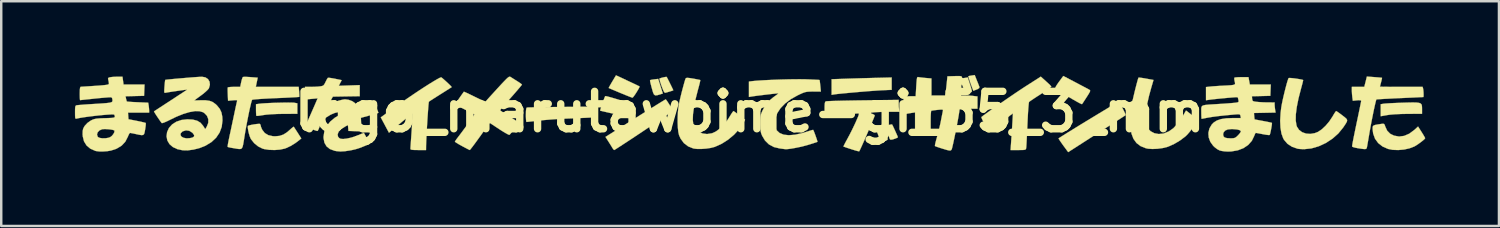
<source format=kicad_pcb>
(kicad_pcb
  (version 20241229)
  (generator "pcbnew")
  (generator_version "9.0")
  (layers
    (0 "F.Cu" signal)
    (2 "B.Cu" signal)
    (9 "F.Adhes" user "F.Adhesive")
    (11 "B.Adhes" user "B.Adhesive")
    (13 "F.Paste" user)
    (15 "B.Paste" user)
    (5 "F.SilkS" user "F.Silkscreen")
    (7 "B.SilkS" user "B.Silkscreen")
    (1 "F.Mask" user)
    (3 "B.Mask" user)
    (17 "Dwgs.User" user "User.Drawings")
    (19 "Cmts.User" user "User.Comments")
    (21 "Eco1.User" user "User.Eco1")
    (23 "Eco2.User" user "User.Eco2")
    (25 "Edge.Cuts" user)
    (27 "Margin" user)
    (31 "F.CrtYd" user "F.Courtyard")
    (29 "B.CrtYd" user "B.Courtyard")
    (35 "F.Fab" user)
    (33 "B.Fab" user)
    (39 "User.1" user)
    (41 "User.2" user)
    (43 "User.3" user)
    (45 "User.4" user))
  (footprint "logo_marutawoime-gi_55_3_mm"
    (layer "F.Cu")
    (at 27.469 1.502)
    (property "Reference" "logo_marutawoime-gi_55_3_mm" (at 0 0 0) (layer "F.SilkS") (effects (font (size 1.524 1.524) (thickness 0.3))))
    (attr through_hole)
    (fp_poly (pts (xy -3.631 -1.044) (xy -3.536 -0.746) (xy -3.649 -0.709) (xy -3.771 -0.674) (xy -3.849 -0.671) (xy -3.898 -0.707) (xy -3.934 -0.787) (xy -3.948 -0.833) (xy -4.001 -1.021) (xy -4.035 -1.155) (xy -4.054 -1.24) (xy -4.057 -1.283) (xy -4.055 -1.29) (xy -4.018 -1.301) (xy -3.939 -1.315) (xy -3.883 -1.322) (xy -3.725 -1.341) (xy -3.631 -1.044)) (stroke (width 0.01) (type solid)) (fill yes) (layer "F.SilkS"))
    (fp_poly (pts (xy 5.523 0.832) (xy 5.567 0.951) (xy 5.601 1.047) (xy 5.618 1.106) (xy 5.62 1.115) (xy 5.6 1.144) (xy 5.534 1.176) (xy 5.413 1.218) (xy 5.41 1.219) (xy 5.376 1.223) (xy 5.347 1.204) (xy 5.315 1.152) (xy 5.273 1.056) (xy 5.239 0.968) (xy 5.195 0.847) (xy 5.166 0.749) (xy 5.154 0.687) (xy 5.157 0.675) (xy 5.2 0.652) (xy 5.278 0.623) (xy 5.303 0.615) (xy 5.427 0.579) (xy 5.523 0.832)) (stroke (width 0.01) (type solid)) (fill yes) (layer "F.SilkS"))
    (fp_poly (pts (xy 5.779 -0.895) (xy 5.374 -0.877) (xy 5.234 -0.869) (xy 5.054 -0.856) (xy 4.843 -0.841) (xy 4.613 -0.822) (xy 4.375 -0.802) (xy 4.141 -0.781) (xy 3.922 -0.761) (xy 3.728 -0.742) (xy 3.571 -0.726) (xy 3.462 -0.712) (xy 3.437 -0.708) (xy 3.334 -0.691) (xy 3.334 -1.327) (xy 3.85 -1.345) (xy 4.048 -1.352) (xy 4.289 -1.359) (xy 4.553 -1.367) (xy 4.819 -1.374) (xy 5.068 -1.381) (xy 5.072 -1.381) (xy 5.779 -1.398) (xy 5.779 -0.895)) (stroke (width 0.01) (type solid)) (fill yes) (layer "F.SilkS"))
    (fp_poly (pts (xy 9.246 -1.28) (xy 9.292 -1.166) (xy 9.329 -1.071) (xy 9.351 -1.014) (xy 9.351 -1.012) (xy 9.346 -0.971) (xy 9.291 -0.931) (xy 9.24 -0.909) (xy 9.161 -0.878) (xy 9.111 -0.859) (xy 9.104 -0.857) (xy 9.091 -0.885) (xy 9.062 -0.96) (xy 9.022 -1.069) (xy 8.993 -1.148) (xy 8.95 -1.273) (xy 8.918 -1.373) (xy 8.901 -1.435) (xy 8.899 -1.448) (xy 8.933 -1.459) (xy 9.007 -1.473) (xy 9.034 -1.477) (xy 9.16 -1.497) (xy 9.246 -1.28)) (stroke (width 0.01) (type solid)) (fill yes) (layer "F.SilkS"))
    (fp_poly (pts (xy 27.147 -0.377) (xy 27.245 -0.365) (xy 27.309 -0.341) (xy 27.346 -0.304) (xy 27.363 -0.251) (xy 27.368 -0.18) (xy 27.369 -0.117) (xy 27.369 0.08) (xy 26.789 0.083) (xy 26.517 0.088) (xy 26.275 0.099) (xy 26.074 0.115) (xy 25.948 0.133) (xy 25.686 0.18) (xy 25.686 -0.309) (xy 25.805 -0.33) (xy 25.873 -0.337) (xy 25.992 -0.345) (xy 26.152 -0.354) (xy 26.339 -0.362) (xy 26.543 -0.37) (xy 26.576 -0.371) (xy 26.82 -0.378) (xy 27.008 -0.381) (xy 27.147 -0.377)) (stroke (width 0.01) (type solid)) (fill yes) (layer "F.SilkS"))
    (fp_poly (pts (xy -3.381 -1.422) (xy -3.363 -1.39) (xy -3.325 -1.317) (xy -3.276 -1.219) (xy -3.222 -1.111) (xy -3.172 -1.009) (xy -3.133 -0.928) (xy -3.113 -0.883) (xy -3.111 -0.879) (xy -3.121 -0.87) (xy -3.158 -0.857) (xy -3.23 -0.834) (xy -3.349 -0.799) (xy -3.433 -0.775) (xy -3.463 -0.781) (xy -3.495 -0.823) (xy -3.535 -0.91) (xy -3.588 -1.048) (xy -3.631 -1.173) (xy -3.661 -1.274) (xy -3.675 -1.339) (xy -3.674 -1.353) (xy -3.636 -1.37) (xy -3.564 -1.391) (xy -3.481 -1.41) (xy -3.412 -1.422) (xy -3.381 -1.422)) (stroke (width 0.01) (type solid)) (fill yes) (layer "F.SilkS"))
    (fp_poly (pts (xy 5.796 0.515) (xy 5.815 0.548) (xy 5.85 0.622) (xy 5.896 0.721) (xy 5.945 0.829) (xy 5.989 0.927) (xy 6.021 1.002) (xy 6.032 1.034) (xy 6.005 1.056) (xy 5.935 1.086) (xy 5.842 1.117) (xy 5.793 1.13) (xy 5.723 1.131) (xy 5.7 1.107) (xy 5.683 1.057) (xy 5.65 0.966) (xy 5.61 0.853) (xy 5.605 0.838) (xy 5.566 0.727) (xy 5.538 0.641) (xy 5.525 0.595) (xy 5.524 0.593) (xy 5.552 0.574) (xy 5.617 0.551) (xy 5.695 0.528) (xy 5.764 0.514) (xy 5.796 0.515)) (stroke (width 0.01) (type solid)) (fill yes) (layer "F.SilkS"))
    (fp_poly (pts (xy -18.657 -0.376) (xy -18.56 -0.372) (xy -18.533 -0.368) (xy -18.415 -0.346) (xy -18.415 0.081) (xy -18.979 0.083) (xy -19.24 0.088) (xy -19.477 0.099) (xy -19.675 0.115) (xy -19.804 0.133) (xy -19.926 0.152) (xy -20.021 0.164) (xy -20.076 0.166) (xy -20.082 0.164) (xy -20.09 0.127) (xy -20.095 0.043) (xy -20.098 -0.069) (xy -20.098 -0.08) (xy -20.098 -0.309) (xy -19.963 -0.329) (xy -19.866 -0.339) (xy -19.724 -0.349) (xy -19.551 -0.358) (xy -19.36 -0.366) (xy -19.162 -0.371) (xy -18.97 -0.375) (xy -18.797 -0.377) (xy -18.657 -0.376)) (stroke (width 0.01) (type solid)) (fill yes) (layer "F.SilkS"))
    (fp_poly (pts (xy -4.968 -1.264) (xy -4.809 -1.19) (xy -4.671 -1.125) (xy -4.565 -1.074) (xy -4.5 -1.042) (xy -4.484 -1.033) (xy -4.491 -1.001) (xy -4.526 -0.932) (xy -4.579 -0.842) (xy -4.639 -0.746) (xy -4.698 -0.66) (xy -4.746 -0.597) (xy -4.773 -0.575) (xy -4.814 -0.588) (xy -4.902 -0.621) (xy -5.027 -0.671) (xy -5.177 -0.732) (xy -5.271 -0.771) (xy -5.428 -0.837) (xy -5.564 -0.894) (xy -5.667 -0.938) (xy -5.728 -0.964) (xy -5.74 -0.97) (xy -5.729 -0.998) (xy -5.691 -1.068) (xy -5.634 -1.167) (xy -5.596 -1.231) (xy -5.443 -1.486) (xy -4.968 -1.264)) (stroke (width 0.01) (type solid)) (fill yes) (layer "F.SilkS"))
    (fp_poly (pts (xy 13.264 -1.198) (xy 13.43 -1.11) (xy 13.58 -1.031) (xy 13.704 -0.966) (xy 13.79 -0.92) (xy 13.825 -0.9) (xy 13.851 -0.88) (xy 13.859 -0.854) (xy 13.844 -0.809) (xy 13.803 -0.736) (xy 13.732 -0.623) (xy 13.716 -0.599) (xy 13.642 -0.484) (xy 13.58 -0.389) (xy 13.539 -0.328) (xy 13.527 -0.312) (xy 13.496 -0.321) (xy 13.419 -0.358) (xy 13.306 -0.42) (xy 13.164 -0.5) (xy 13.002 -0.596) (xy 12.99 -0.603) (xy 12.826 -0.702) (xy 12.68 -0.792) (xy 12.561 -0.866) (xy 12.478 -0.919) (xy 12.44 -0.946) (xy 12.439 -0.946) (xy 12.442 -0.988) (xy 12.486 -1.072) (xy 12.571 -1.197) (xy 12.587 -1.218) (xy 12.765 -1.459) (xy 13.264 -1.198)) (stroke (width 0.01) (type solid)) (fill yes) (layer "F.SilkS"))
    (fp_poly (pts (xy -6.255 0.217) (xy -6.517 0.235) (xy -6.635 0.241) (xy -6.801 0.249) (xy -6.998 0.258) (xy -7.21 0.266) (xy -7.382 0.272) (xy -7.624 0.282) (xy -7.893 0.298) (xy -8.164 0.318) (xy -8.412 0.34) (xy -8.525 0.352) (xy -8.704 0.372) (xy -8.86 0.389) (xy -8.984 0.402) (xy -9.064 0.411) (xy -9.088 0.413) (xy -9.099 0.383) (xy -9.107 0.305) (xy -9.112 0.191) (xy -9.112 0.126) (xy -9.109 -0.028) (xy -9.098 -0.125) (xy -9.079 -0.17) (xy -9.073 -0.173) (xy -9.033 -0.176) (xy -8.937 -0.18) (xy -8.791 -0.183) (xy -8.602 -0.187) (xy -8.375 -0.19) (xy -8.119 -0.194) (xy -7.839 -0.197) (xy -7.644 -0.199) (xy -6.255 -0.212) (xy -6.255 0.217)) (stroke (width 0.01) (type solid)) (fill yes) (layer "F.SilkS"))
    (fp_poly (pts (xy -5.847 -0.637) (xy -5.764 -0.618) (xy -5.645 -0.586) (xy -5.502 -0.544) (xy -5.347 -0.498) (xy -5.192 -0.449) (xy -5.048 -0.403) (xy -4.929 -0.362) (xy -4.846 -0.331) (xy -4.811 -0.314) (xy -4.808 -0.276) (xy -4.821 -0.203) (xy -4.825 -0.189) (xy -4.852 -0.084) (xy -4.883 0.034) (xy -4.889 0.056) (xy -4.903 0.109) (xy -4.919 0.147) (xy -4.946 0.171) (xy -4.992 0.181) (xy -5.065 0.177) (xy -5.173 0.158) (xy -5.326 0.126) (xy -5.53 0.081) (xy -5.572 0.071) (xy -5.742 0.033) (xy -5.889 -0.000438) (xy -6.003 -0.027) (xy -6.072 -0.043) (xy -6.088 -0.047) (xy -6.083 -0.078) (xy -6.061 -0.152) (xy -6.027 -0.255) (xy -5.988 -0.369) (xy -5.948 -0.481) (xy -5.912 -0.573) (xy -5.888 -0.63) (xy -5.881 -0.64) (xy -5.847 -0.637)) (stroke (width 0.01) (type solid)) (fill yes) (layer "F.SilkS"))
    (fp_poly (pts (xy 15.037 -0.383) (xy 15.079 -0.318) (xy 15.133 -0.226) (xy 15.19 -0.121) (xy 15.242 -0.018) (xy 15.283 0.069) (xy 15.303 0.124) (xy 15.303 0.136) (xy 15.274 0.155) (xy 15.197 0.205) (xy 15.078 0.282) (xy 14.921 0.383) (xy 14.733 0.504) (xy 14.52 0.642) (xy 14.286 0.792) (xy 14.126 0.895) (xy 12.964 1.641) (xy 12.768 1.375) (xy 12.687 1.262) (xy 12.623 1.168) (xy 12.582 1.104) (xy 12.573 1.083) (xy 12.599 1.063) (xy 12.673 1.015) (xy 12.788 0.943) (xy 12.938 0.849) (xy 13.115 0.74) (xy 13.314 0.617) (xy 13.527 0.486) (xy 13.749 0.351) (xy 13.972 0.216) (xy 14.189 0.084) (xy 14.395 -0.04) (xy 14.582 -0.153) (xy 14.744 -0.25) (xy 14.875 -0.326) (xy 14.966 -0.379) (xy 15.013 -0.404) (xy 15.015 -0.405) (xy 15.037 -0.383)) (stroke (width 0.01) (type solid)) (fill yes) (layer "F.SilkS"))
    (fp_poly (pts (xy 25.83 0.499) (xy 25.857 0.553) (xy 25.872 0.601) (xy 25.951 0.77) (xy 26.076 0.895) (xy 26.229 0.969) (xy 26.435 1.006) (xy 26.642 0.979) (xy 26.849 0.89) (xy 27.053 0.739) (xy 27.069 0.725) (xy 27.207 0.598) (xy 27.351 0.823) (xy 27.417 0.929) (xy 27.467 1.016) (xy 27.494 1.068) (xy 27.495 1.076) (xy 27.471 1.109) (xy 27.407 1.166) (xy 27.318 1.236) (xy 27.218 1.309) (xy 27.121 1.373) (xy 27.055 1.411) (xy 26.863 1.485) (xy 26.637 1.535) (xy 26.4 1.556) (xy 26.173 1.548) (xy 25.987 1.511) (xy 25.762 1.412) (xy 25.584 1.272) (xy 25.455 1.095) (xy 25.379 0.885) (xy 25.359 0.726) (xy 25.357 0.648) (xy 25.365 0.595) (xy 25.393 0.56) (xy 25.453 0.536) (xy 25.555 0.516) (xy 25.704 0.493) (xy 25.787 0.484) (xy 25.83 0.499)) (stroke (width 0.01) (type solid)) (fill yes) (layer "F.SilkS"))
    (fp_poly (pts (xy -3.396 -0.483) (xy -3.35 -0.418) (xy -3.3 -0.341) (xy -3.237 -0.239) (xy -3.181 -0.15) (xy -3.152 -0.105) (xy -3.143 -0.088) (xy -3.141 -0.069) (xy -3.152 -0.046) (xy -3.178 -0.016) (xy -3.226 0.026) (xy -3.299 0.081) (xy -3.401 0.155) (xy -3.537 0.249) (xy -3.712 0.367) (xy -3.929 0.513) (xy -4.193 0.689) (xy -4.299 0.76) (xy -4.546 0.924) (xy -4.776 1.077) (xy -4.984 1.214) (xy -5.166 1.333) (xy -5.315 1.43) (xy -5.427 1.502) (xy -5.496 1.545) (xy -5.516 1.556) (xy -5.547 1.531) (xy -5.589 1.471) (xy -5.591 1.468) (xy -5.634 1.395) (xy -5.698 1.293) (xy -5.756 1.202) (xy -5.872 1.022) (xy -4.655 0.257) (xy -4.404 0.1) (xy -4.17 -0.047) (xy -3.958 -0.179) (xy -3.774 -0.293) (xy -3.622 -0.387) (xy -3.509 -0.456) (xy -3.44 -0.497) (xy -3.42 -0.508) (xy -3.396 -0.483)) (stroke (width 0.01) (type solid)) (fill yes) (layer "F.SilkS"))
    (fp_poly (pts (xy -19.939 0.492) (xy -19.938 0.493) (xy -19.91 0.538) (xy -19.907 0.559) (xy -19.894 0.615) (xy -19.859 0.699) (xy -19.843 0.731) (xy -19.742 0.862) (xy -19.597 0.95) (xy -19.412 0.992) (xy -19.32 0.996) (xy -19.138 0.979) (xy -18.981 0.925) (xy -18.83 0.828) (xy -18.733 0.743) (xy -18.652 0.671) (xy -18.591 0.622) (xy -18.562 0.606) (xy -18.561 0.606) (xy -18.54 0.637) (xy -18.494 0.709) (xy -18.43 0.807) (xy -18.402 0.851) (xy -18.254 1.083) (xy -18.327 1.145) (xy -18.501 1.276) (xy -18.689 1.391) (xy -18.869 1.475) (xy -18.93 1.497) (xy -19.121 1.538) (xy -19.34 1.555) (xy -19.56 1.548) (xy -19.759 1.518) (xy -19.838 1.495) (xy -20.011 1.408) (xy -20.171 1.277) (xy -20.296 1.121) (xy -20.32 1.078) (xy -20.355 0.991) (xy -20.388 0.881) (xy -20.414 0.765) (xy -20.43 0.663) (xy -20.431 0.591) (xy -20.423 0.57) (xy -20.377 0.552) (xy -20.29 0.532) (xy -20.183 0.512) (xy -20.075 0.497) (xy -19.987 0.489) (xy -19.939 0.492)) (stroke (width 0.01) (type solid)) (fill yes) (layer "F.SilkS"))
    (fp_poly (pts (xy 15.863 -1.393) (xy 15.946 -1.383) (xy 16.062 -1.365) (xy 16.139 -1.351) (xy 16.438 -1.297) (xy 16.348 -0.99) (xy 16.254 -0.648) (xy 16.183 -0.333) (xy 16.134 -0.052) (xy 16.11 0.19) (xy 16.109 0.386) (xy 16.128 0.507) (xy 16.202 0.667) (xy 16.32 0.79) (xy 16.473 0.871) (xy 16.649 0.904) (xy 16.839 0.884) (xy 16.867 0.877) (xy 17.063 0.796) (xy 17.242 0.67) (xy 17.412 0.493) (xy 17.578 0.26) (xy 17.651 0.137) (xy 17.761 -0.054) (xy 17.991 0.124) (xy 18.093 0.206) (xy 18.172 0.277) (xy 18.217 0.326) (xy 18.223 0.339) (xy 18.205 0.392) (xy 18.154 0.481) (xy 18.08 0.592) (xy 17.992 0.712) (xy 17.899 0.828) (xy 17.812 0.928) (xy 17.746 0.993) (xy 17.524 1.162) (xy 17.282 1.306) (xy 17.045 1.413) (xy 16.987 1.433) (xy 16.802 1.477) (xy 16.597 1.504) (xy 16.395 1.513) (xy 16.216 1.501) (xy 16.127 1.483) (xy 15.911 1.396) (xy 15.744 1.269) (xy 15.621 1.099) (xy 15.541 0.888) (xy 15.515 0.74) (xy 15.5 0.547) (xy 15.496 0.327) (xy 15.504 0.099) (xy 15.524 -0.12) (xy 15.538 -0.222) (xy 15.557 -0.323) (xy 15.586 -0.459) (xy 15.623 -0.618) (xy 15.663 -0.788) (xy 15.705 -0.958) (xy 15.745 -1.114) (xy 15.781 -1.247) (xy 15.809 -1.343) (xy 15.827 -1.391) (xy 15.829 -1.393) (xy 15.863 -1.393)) (stroke (width 0.01) (type solid)) (fill yes) (layer "F.SilkS"))
    (fp_poly (pts (xy -12.51 -1.369) (xy -12.439 -1.308) (xy -12.354 -1.231) (xy -12.269 -1.152) (xy -12.195 -1.08) (xy -12.145 -1.027) (xy -12.131 -1.006) (xy -12.161 -0.986) (xy -12.236 -0.939) (xy -12.346 -0.869) (xy -12.482 -0.783) (xy -12.589 -0.716) (xy -12.739 -0.621) (xy -12.871 -0.537) (xy -12.975 -0.47) (xy -13.041 -0.426) (xy -13.059 -0.413) (xy -13.066 -0.378) (xy -13.076 -0.289) (xy -13.087 -0.155) (xy -13.099 0.013) (xy -13.113 0.207) (xy -13.126 0.417) (xy -13.139 0.633) (xy -13.151 0.847) (xy -13.161 1.048) (xy -13.169 1.227) (xy -13.174 1.374) (xy -13.175 1.453) (xy -13.176 1.556) (xy -13.494 1.556) (xy -13.642 1.554) (xy -13.737 1.548) (xy -13.79 1.537) (xy -13.81 1.518) (xy -13.811 1.509) (xy -13.809 1.464) (xy -13.803 1.366) (xy -13.793 1.225) (xy -13.781 1.05) (xy -13.767 0.852) (xy -13.762 0.775) (xy -13.748 0.573) (xy -13.737 0.394) (xy -13.729 0.245) (xy -13.725 0.138) (xy -13.725 0.081) (xy -13.726 0.075) (xy -13.744 0.081) (xy -13.791 0.113) (xy -13.87 0.174) (xy -13.984 0.266) (xy -14.136 0.391) (xy -14.33 0.554) (xy -14.526 0.718) (xy -14.685 0.852) (xy -14.852 0.539) (xy -15.019 0.226) (xy -14.407 -0.214) (xy -14.18 -0.376) (xy -13.947 -0.538) (xy -13.713 -0.697) (xy -13.485 -0.85) (xy -13.268 -0.992) (xy -13.069 -1.119) (xy -12.894 -1.227) (xy -12.749 -1.313) (xy -12.64 -1.373) (xy -12.574 -1.402) (xy -12.556 -1.404) (xy -12.51 -1.369)) (stroke (width 0.01) (type solid)) (fill yes) (layer "F.SilkS"))
    (fp_poly (pts (xy -2.43 -1.373) (xy -2.302 -1.352) (xy -2.177 -1.329) (xy -2.078 -1.309) (xy -2.02 -1.296) (xy -2.012 -1.292) (xy -2.016 -1.259) (xy -2.034 -1.177) (xy -2.064 -1.057) (xy -2.103 -0.912) (xy -2.11 -0.887) (xy -2.206 -0.51) (xy -2.272 -0.179) (xy -2.309 0.104) (xy -2.317 0.337) (xy -2.294 0.519) (xy -2.242 0.647) (xy -2.235 0.657) (xy -2.096 0.795) (xy -1.929 0.879) (xy -1.739 0.905) (xy -1.533 0.873) (xy -1.532 0.873) (xy -1.377 0.801) (xy -1.213 0.679) (xy -1.051 0.518) (xy -0.901 0.328) (xy -0.826 0.211) (xy -0.76 0.103) (xy -0.705 0.02) (xy -0.669 -0.026) (xy -0.662 -0.031) (xy -0.63 -0.013) (xy -0.56 0.036) (xy -0.465 0.107) (xy -0.415 0.145) (xy -0.189 0.322) (xy -0.277 0.482) (xy -0.434 0.713) (xy -0.64 0.934) (xy -0.88 1.134) (xy -1.141 1.3) (xy -1.408 1.421) (xy -1.435 1.431) (xy -1.588 1.47) (xy -1.771 1.497) (xy -1.962 1.511) (xy -2.139 1.511) (xy -2.28 1.495) (xy -2.295 1.491) (xy -2.506 1.407) (xy -2.681 1.272) (xy -2.814 1.091) (xy -2.877 0.949) (xy -2.906 0.822) (xy -2.925 0.649) (xy -2.934 0.444) (xy -2.933 0.224) (xy -2.922 0.004) (xy -2.9 -0.2) (xy -2.879 -0.325) (xy -2.85 -0.46) (xy -2.812 -0.619) (xy -2.77 -0.79) (xy -2.726 -0.958) (xy -2.684 -1.113) (xy -2.648 -1.24) (xy -2.62 -1.328) (xy -2.606 -1.362) (xy -2.58 -1.379) (xy -2.525 -1.383) (xy -2.43 -1.373)) (stroke (width 0.01) (type solid)) (fill yes) (layer "F.SilkS"))
    (fp_poly (pts (xy 22.057 -1.374) (xy 22.166 -1.362) (xy 22.285 -1.345) (xy 22.397 -1.327) (xy 22.483 -1.31) (xy 22.528 -1.295) (xy 22.529 -1.294) (xy 22.525 -1.262) (xy 22.506 -1.181) (xy 22.476 -1.065) (xy 22.445 -0.952) (xy 22.34 -0.546) (xy 22.269 -0.193) (xy 22.231 0.106) (xy 22.227 0.352) (xy 22.257 0.545) (xy 22.276 0.603) (xy 22.361 0.734) (xy 22.487 0.829) (xy 22.645 0.885) (xy 22.821 0.899) (xy 23.003 0.868) (xy 23.133 0.817) (xy 23.285 0.715) (xy 23.443 0.568) (xy 23.594 0.389) (xy 23.724 0.193) (xy 23.736 0.172) (xy 23.794 0.074) (xy 23.842 0.001) (xy 23.871 -0.031) (xy 23.873 -0.032) (xy 23.907 -0.013) (xy 23.978 0.036) (xy 24.074 0.106) (xy 24.124 0.145) (xy 24.228 0.225) (xy 24.293 0.284) (xy 24.32 0.336) (xy 24.311 0.396) (xy 24.267 0.477) (xy 24.189 0.594) (xy 24.16 0.637) (xy 23.963 0.879) (xy 23.724 1.091) (xy 23.454 1.268) (xy 23.165 1.402) (xy 22.867 1.489) (xy 22.573 1.521) (xy 22.529 1.52) (xy 22.422 1.515) (xy 22.333 1.507) (xy 22.304 1.502) (xy 22.078 1.424) (xy 21.892 1.303) (xy 21.753 1.142) (xy 21.718 1.081) (xy 21.647 0.888) (xy 21.606 0.645) (xy 21.593 0.361) (xy 21.611 0.043) (xy 21.638 -0.175) (xy 21.66 -0.302) (xy 21.692 -0.459) (xy 21.731 -0.633) (xy 21.774 -0.813) (xy 21.818 -0.986) (xy 21.859 -1.141) (xy 21.896 -1.265) (xy 21.925 -1.348) (xy 21.939 -1.375) (xy 21.975 -1.379) (xy 22.057 -1.374)) (stroke (width 0.01) (type solid)) (fill yes) (layer "F.SilkS"))
    (fp_poly (pts (xy 12.058 -1.246) (xy 12.153 -1.159) (xy 12.228 -1.087) (xy 12.271 -1.039) (xy 12.277 -1.03) (xy 12.255 -1.004) (xy 12.188 -0.95) (xy 12.084 -0.876) (xy 11.951 -0.788) (xy 11.844 -0.718) (xy 11.693 -0.622) (xy 11.561 -0.535) (xy 11.457 -0.465) (xy 11.39 -0.417) (xy 11.371 -0.401) (xy 11.362 -0.361) (xy 11.352 -0.266) (xy 11.34 -0.125) (xy 11.328 0.055) (xy 11.317 0.264) (xy 11.306 0.495) (xy 11.305 0.524) (xy 11.294 0.758) (xy 11.284 0.975) (xy 11.274 1.165) (xy 11.266 1.318) (xy 11.259 1.427) (xy 11.253 1.482) (xy 11.253 1.484) (xy 11.243 1.517) (xy 11.22 1.538) (xy 11.172 1.55) (xy 11.088 1.555) (xy 10.954 1.556) (xy 10.929 1.556) (xy 10.619 1.556) (xy 10.67 0.818) (xy 10.683 0.608) (xy 10.695 0.421) (xy 10.704 0.264) (xy 10.71 0.148) (xy 10.712 0.081) (xy 10.711 0.067) (xy 10.685 0.083) (xy 10.618 0.133) (xy 10.518 0.213) (xy 10.393 0.315) (xy 10.25 0.434) (xy 10.242 0.44) (xy 10.096 0.561) (xy 9.967 0.666) (xy 9.862 0.749) (xy 9.789 0.805) (xy 9.757 0.825) (xy 9.756 0.825) (xy 9.732 0.8) (xy 9.688 0.731) (xy 9.632 0.634) (xy 9.572 0.523) (xy 9.514 0.411) (xy 9.466 0.313) (xy 9.436 0.243) (xy 9.43 0.214) (xy 9.509 0.152) (xy 9.633 0.061) (xy 9.792 -0.053) (xy 9.977 -0.184) (xy 10.181 -0.327) (xy 10.395 -0.475) (xy 10.609 -0.622) (xy 10.815 -0.762) (xy 11.004 -0.889) (xy 11.169 -0.997) (xy 11.224 -1.033) (xy 11.849 -1.433) (xy 12.058 -1.246)) (stroke (width 0.01) (type solid)) (fill yes) (layer "F.SilkS"))
    (fp_poly (pts (xy 6.065 -0.315) (xy 6.068 -0.203) (xy 6.078 -0.107) (xy 6.084 -0.071) (xy 6.103 0) (xy 5.663 0.000275) (xy 5.484 0.002) (xy 5.312 0.006) (xy 5.164 0.013) (xy 5.059 0.02) (xy 5.049 0.021) (xy 4.875 0.042) (xy 4.985 0.081) (xy 5.056 0.113) (xy 5.09 0.142) (xy 5.09 0.147) (xy 5.075 0.194) (xy 5.038 0.287) (xy 4.985 0.415) (xy 4.92 0.571) (xy 4.846 0.743) (xy 4.769 0.922) (xy 4.692 1.098) (xy 4.619 1.263) (xy 4.555 1.406) (xy 4.503 1.518) (xy 4.469 1.588) (xy 4.456 1.609) (xy 4.416 1.603) (xy 4.33 1.581) (xy 4.213 1.546) (xy 4.128 1.519) (xy 3.999 1.477) (xy 3.896 1.442) (xy 3.831 1.419) (xy 3.816 1.413) (xy 3.827 1.383) (xy 3.863 1.31) (xy 3.919 1.204) (xy 3.981 1.091) (xy 4.07 0.925) (xy 4.169 0.729) (xy 4.263 0.533) (xy 4.315 0.421) (xy 4.38 0.272) (xy 4.422 0.171) (xy 4.442 0.11) (xy 4.443 0.078) (xy 4.427 0.066) (xy 4.404 0.064) (xy 4.352 0.068) (xy 4.247 0.079) (xy 4.102 0.095) (xy 3.926 0.116) (xy 3.73 0.139) (xy 3.699 0.143) (xy 3.506 0.167) (xy 3.336 0.188) (xy 3.198 0.205) (xy 3.102 0.217) (xy 3.058 0.222) (xy 3.056 0.222) (xy 3.053 0.193) (xy 3.05 0.113) (xy 3.048 -0.003) (xy 3.048 -0.092) (xy 3.049 -0.239) (xy 3.055 -0.334) (xy 3.067 -0.39) (xy 3.087 -0.419) (xy 3.103 -0.427) (xy 3.145 -0.432) (xy 3.245 -0.437) (xy 3.394 -0.443) (xy 3.587 -0.448) (xy 3.817 -0.454) (xy 4.078 -0.459) (xy 4.362 -0.464) (xy 4.611 -0.467) (xy 6.064 -0.486) (xy 6.065 -0.315)) (stroke (width 0.01) (type solid)) (fill yes) (layer "F.SilkS"))
    (fp_poly (pts (xy -20.498 -1.423) (xy -20.376 -1.417) (xy -20.315 -1.412) (xy -20.028 -1.39) (xy -20.047 -1.298) (xy -20.069 -1.194) (xy -20.086 -1.111) (xy -20.106 -1.016) (xy -18.36 -1.016) (xy -18.342 -0.818) (xy -18.335 -0.713) (xy -18.333 -0.637) (xy -18.336 -0.608) (xy -18.37 -0.604) (xy -18.459 -0.597) (xy -18.595 -0.589) (xy -18.772 -0.58) (xy -18.98 -0.57) (xy -19.211 -0.56) (xy -19.288 -0.557) (xy -19.526 -0.546) (xy -19.744 -0.535) (xy -19.934 -0.523) (xy -20.086 -0.511) (xy -20.194 -0.501) (xy -20.249 -0.492) (xy -20.254 -0.489) (xy -20.273 -0.445) (xy -20.3 -0.347) (xy -20.334 -0.204) (xy -20.374 -0.026) (xy -20.416 0.18) (xy -20.46 0.403) (xy -20.503 0.635) (xy -20.544 0.867) (xy -20.563 0.983) (xy -20.595 1.182) (xy -20.62 1.327) (xy -20.644 1.425) (xy -20.675 1.484) (xy -20.719 1.511) (xy -20.784 1.515) (xy -20.875 1.503) (xy -21.001 1.481) (xy -21.008 1.48) (xy -21.122 1.461) (xy -21.208 1.442) (xy -21.251 1.429) (xy -21.252 1.428) (xy -21.252 1.393) (xy -21.239 1.307) (xy -21.216 1.184) (xy -21.185 1.033) (xy -21.175 0.984) (xy -21.13 0.78) (xy -21.08 0.544) (xy -21.029 0.305) (xy -20.985 0.095) (xy -20.95 -0.072) (xy -20.918 -0.221) (xy -20.892 -0.338) (xy -20.875 -0.411) (xy -20.871 -0.425) (xy -20.866 -0.458) (xy -20.885 -0.474) (xy -20.942 -0.476) (xy -21.044 -0.468) (xy -21.236 -0.451) (xy -21.247 -0.71) (xy -21.251 -0.833) (xy -21.252 -0.93) (xy -21.249 -0.986) (xy -21.248 -0.992) (xy -21.213 -1.003) (xy -21.131 -1.012) (xy -21.018 -1.016) (xy -20.989 -1.016) (xy -20.741 -1.016) (xy -20.701 -1.207) (xy -20.675 -1.311) (xy -20.649 -1.388) (xy -20.631 -1.417) (xy -20.588 -1.423) (xy -20.498 -1.423)) (stroke (width 0.01) (type solid)) (fill yes) (layer "F.SilkS"))
    (fp_poly (pts (xy 25.428 -1.413) (xy 25.559 -1.403) (xy 25.664 -1.394) (xy 25.727 -1.387) (xy 25.74 -1.384) (xy 25.736 -1.353) (xy 25.72 -1.279) (xy 25.701 -1.205) (xy 25.676 -1.11) (xy 25.659 -1.043) (xy 25.654 -1.024) (xy 25.685 -1.022) (xy 25.77 -1.02) (xy 25.903 -1.018) (xy 26.075 -1.017) (xy 26.278 -1.016) (xy 26.505 -1.016) (xy 26.523 -1.016) (xy 27.393 -1.016) (xy 27.412 -0.945) (xy 27.422 -0.883) (xy 27.429 -0.796) (xy 27.432 -0.706) (xy 27.431 -0.633) (xy 27.424 -0.602) (xy 27.424 -0.602) (xy 27.392 -0.6) (xy 27.304 -0.596) (xy 27.168 -0.589) (xy 26.992 -0.581) (xy 26.785 -0.572) (xy 26.553 -0.561) (xy 26.47 -0.558) (xy 26.232 -0.547) (xy 26.014 -0.536) (xy 25.826 -0.526) (xy 25.675 -0.517) (xy 25.569 -0.51) (xy 25.516 -0.505) (xy 25.512 -0.503) (xy 25.497 -0.464) (xy 25.473 -0.373) (xy 25.442 -0.238) (xy 25.405 -0.07) (xy 25.366 0.122) (xy 25.325 0.327) (xy 25.285 0.536) (xy 25.249 0.74) (xy 25.239 0.794) (xy 25.207 0.98) (xy 25.178 1.15) (xy 25.153 1.292) (xy 25.135 1.393) (xy 25.127 1.437) (xy 25.115 1.48) (xy 25.095 1.506) (xy 25.054 1.517) (xy 24.982 1.514) (xy 24.865 1.498) (xy 24.752 1.48) (xy 24.641 1.458) (xy 24.559 1.434) (xy 24.522 1.413) (xy 24.521 1.412) (xy 24.525 1.374) (xy 24.54 1.281) (xy 24.566 1.143) (xy 24.601 0.968) (xy 24.643 0.762) (xy 24.69 0.535) (xy 24.701 0.483) (xy 24.75 0.252) (xy 24.794 0.041) (xy 24.832 -0.143) (xy 24.862 -0.291) (xy 24.883 -0.394) (xy 24.892 -0.446) (xy 24.892 -0.449) (xy 24.864 -0.47) (xy 24.778 -0.472) (xy 24.721 -0.468) (xy 24.551 -0.45) (xy 24.531 -0.595) (xy 24.518 -0.722) (xy 24.511 -0.854) (xy 24.511 -0.878) (xy 24.511 -1.016) (xy 25.017 -1.016) (xy 25.048 -1.135) (xy 25.075 -1.241) (xy 25.099 -1.338) (xy 25.101 -1.345) (xy 25.123 -1.436) (xy 25.428 -1.413)) (stroke (width 0.01) (type solid)) (fill yes) (layer "F.SilkS"))
    (fp_poly (pts (xy 2.253 -1.325) (xy 2.282 -1.324) (xy 2.462 -1.317) (xy 2.618 -1.31) (xy 2.741 -1.304) (xy 2.819 -1.299) (xy 2.843 -1.295) (xy 2.85 -1.262) (xy 2.861 -1.181) (xy 2.873 -1.07) (xy 2.875 -1.056) (xy 2.897 -0.826) (xy 2.584 -0.825) (xy 2.445 -0.824) (xy 2.342 -0.817) (xy 2.256 -0.801) (xy 2.165 -0.77) (xy 2.051 -0.719) (xy 1.951 -0.671) (xy 1.677 -0.518) (xy 1.443 -0.342) (xy 1.256 -0.15) (xy 1.124 0.051) (xy 1.12 0.058) (xy 1.059 0.225) (xy 1.03 0.399) (xy 1.033 0.563) (xy 1.068 0.701) (xy 1.098 0.752) (xy 1.218 0.863) (xy 1.383 0.93) (xy 1.593 0.953) (xy 1.845 0.932) (xy 2.14 0.867) (xy 2.38 0.792) (xy 2.481 0.759) (xy 2.555 0.738) (xy 2.585 0.735) (xy 2.604 0.774) (xy 2.635 0.852) (xy 2.672 0.951) (xy 2.708 1.055) (xy 2.739 1.146) (xy 2.756 1.207) (xy 2.758 1.222) (xy 2.724 1.235) (xy 2.643 1.262) (xy 2.524 1.3) (xy 2.382 1.344) (xy 2.376 1.346) (xy 2.21 1.391) (xy 2.03 1.434) (xy 1.849 1.471) (xy 1.683 1.5) (xy 1.547 1.517) (xy 1.454 1.521) (xy 1.445 1.52) (xy 1.399 1.514) (xy 1.31 1.502) (xy 1.218 1.49) (xy 0.98 1.433) (xy 0.781 1.325) (xy 0.622 1.168) (xy 0.503 0.968) (xy 0.468 0.881) (xy 0.446 0.792) (xy 0.435 0.682) (xy 0.43 0.533) (xy 0.43 0.476) (xy 0.431 0.321) (xy 0.437 0.209) (xy 0.453 0.121) (xy 0.481 0.037) (xy 0.526 -0.062) (xy 0.527 -0.065) (xy 0.643 -0.273) (xy 0.78 -0.441) (xy 0.957 -0.59) (xy 1 -0.62) (xy 1.086 -0.682) (xy 1.145 -0.729) (xy 1.165 -0.751) (xy 1.165 -0.751) (xy 1.132 -0.75) (xy 1.049 -0.743) (xy 0.927 -0.73) (xy 0.779 -0.713) (xy 0.617 -0.694) (xy 0.453 -0.674) (xy 0.3 -0.655) (xy 0.169 -0.637) (xy 0.074 -0.623) (xy 0.056 -0.62) (xy -0.032 -0.605) (xy -0.032 -1.232) (xy 0.119 -1.251) (xy 0.276 -1.266) (xy 0.483 -1.28) (xy 0.727 -1.293) (xy 0.996 -1.305) (xy 1.277 -1.315) (xy 1.556 -1.322) (xy 1.82 -1.326) (xy 2.057 -1.327) (xy 2.253 -1.325)) (stroke (width 0.01) (type solid)) (fill yes) (layer "F.SilkS"))
    (fp_poly (pts (xy -9.746 -1.425) (xy -9.734 -1.418) (xy -9.674 -1.38) (xy -9.581 -1.321) (xy -9.473 -1.253) (xy -9.469 -1.251) (xy -9.373 -1.189) (xy -9.303 -1.138) (xy -9.272 -1.11) (xy -9.271 -1.108) (xy -9.291 -1.08) (xy -9.347 -1.011) (xy -9.433 -0.91) (xy -9.543 -0.782) (xy -9.67 -0.636) (xy -9.716 -0.585) (xy -9.847 -0.435) (xy -9.963 -0.301) (xy -10.058 -0.191) (xy -10.125 -0.111) (xy -10.157 -0.069) (xy -10.159 -0.064) (xy -10.134 -0.042) (xy -10.064 0.007) (xy -9.96 0.076) (xy -9.831 0.16) (xy -9.786 0.188) (xy -9.651 0.274) (xy -9.535 0.348) (xy -9.45 0.402) (xy -9.405 0.431) (xy -9.401 0.434) (xy -9.414 0.461) (xy -9.456 0.524) (xy -9.518 0.611) (xy -9.591 0.708) (xy -9.664 0.802) (xy -9.728 0.881) (xy -9.772 0.93) (xy -9.783 0.939) (xy -9.818 0.929) (xy -9.896 0.889) (xy -10.006 0.825) (xy -10.139 0.742) (xy -10.198 0.704) (xy -10.583 0.45) (xy -10.979 1.003) (xy -11.097 1.166) (xy -11.202 1.31) (xy -11.29 1.427) (xy -11.355 1.51) (xy -11.39 1.552) (xy -11.395 1.555) (xy -11.429 1.541) (xy -11.506 1.502) (xy -11.614 1.445) (xy -11.708 1.395) (xy -11.829 1.328) (xy -11.925 1.27) (xy -11.986 1.23) (xy -12.002 1.215) (xy -11.983 1.182) (xy -11.936 1.113) (xy -11.868 1.024) (xy -11.864 1.018) (xy -11.786 0.916) (xy -11.692 0.791) (xy -11.591 0.654) (xy -11.489 0.514) (xy -11.394 0.38) (xy -11.311 0.264) (xy -11.248 0.173) (xy -11.213 0.119) (xy -11.208 0.108) (xy -11.235 0.089) (xy -11.309 0.048) (xy -11.42 -0.009) (xy -11.557 -0.076) (xy -11.605 -0.099) (xy -11.785 -0.189) (xy -11.906 -0.256) (xy -11.97 -0.303) (xy -11.98 -0.327) (xy -11.955 -0.365) (xy -11.904 -0.439) (xy -11.838 -0.533) (xy -11.768 -0.634) (xy -11.703 -0.725) (xy -11.655 -0.792) (xy -11.636 -0.819) (xy -11.606 -0.809) (xy -11.53 -0.775) (xy -11.417 -0.722) (xy -11.277 -0.654) (xy -11.194 -0.613) (xy -11 -0.519) (xy -10.859 -0.458) (xy -10.771 -0.429) (xy -10.738 -0.432) (xy -10.711 -0.465) (xy -10.647 -0.537) (xy -10.553 -0.641) (xy -10.436 -0.769) (xy -10.303 -0.915) (xy -10.258 -0.964) (xy -10.106 -1.129) (xy -9.99 -1.251) (xy -9.905 -1.338) (xy -9.845 -1.393) (xy -9.802 -1.422) (xy -9.771 -1.431) (xy -9.746 -1.425)) (stroke (width 0.01) (type solid)) (fill yes) (layer "F.SilkS"))
    (fp_poly (pts (xy 8.569 -1.454) (xy 8.616 -1.444) (xy 8.634 -1.425) (xy 8.636 -1.411) (xy 8.648 -1.379) (xy 8.693 -1.372) (xy 8.756 -1.38) (xy 8.876 -1.4) (xy 8.962 -1.135) (xy 9.001 -1.012) (xy 9.031 -0.91) (xy 9.047 -0.846) (xy 9.049 -0.835) (xy 9.022 -0.804) (xy 8.961 -0.78) (xy 8.876 -0.758) (xy 8.821 -0.743) (xy 8.787 -0.747) (xy 8.757 -0.788) (xy 8.726 -0.876) (xy 8.713 -0.919) (xy 8.681 -1.019) (xy 8.651 -1.088) (xy 8.632 -1.111) (xy 8.618 -1.082) (xy 8.608 -1.006) (xy 8.604 -0.898) (xy 8.604 -0.889) (xy 8.604 -0.667) (xy 8.771 -0.666) (xy 8.91 -0.662) (xy 9.059 -0.651) (xy 9.104 -0.646) (xy 9.271 -0.626) (xy 9.271 -0.127) (xy 8.906 -0.127) (xy 8.762 -0.125) (xy 8.645 -0.12) (xy 8.567 -0.112) (xy 8.541 -0.103) (xy 8.534 -0.034) (xy 8.516 0.087) (xy 8.489 0.248) (xy 8.454 0.439) (xy 8.414 0.648) (xy 8.371 0.865) (xy 8.327 1.079) (xy 8.284 1.279) (xy 8.251 1.421) (xy 8.232 1.499) (xy 8.21 1.55) (xy 8.175 1.574) (xy 8.115 1.573) (xy 8.02 1.551) (xy 7.877 1.508) (xy 7.836 1.496) (xy 7.712 1.456) (xy 7.612 1.422) (xy 7.552 1.398) (xy 7.541 1.392) (xy 7.541 1.356) (xy 7.558 1.272) (xy 7.588 1.155) (xy 7.616 1.056) (xy 7.665 0.879) (xy 7.716 0.673) (xy 7.762 0.473) (xy 7.778 0.394) (xy 7.807 0.245) (xy 7.833 0.114) (xy 7.853 0.016) (xy 7.861 -0.027) (xy 7.867 -0.065) (xy 7.856 -0.086) (xy 7.815 -0.092) (xy 7.733 -0.088) (xy 7.645 -0.079) (xy 7.529 -0.066) (xy 7.439 -0.053) (xy 7.392 -0.043) (xy 7.39 -0.042) (xy 7.381 -0.007) (xy 7.373 0.079) (xy 7.368 0.204) (xy 7.366 0.353) (xy 7.366 0.363) (xy 7.366 0.754) (xy 7.267 0.774) (xy 7.183 0.784) (xy 7.063 0.791) (xy 6.949 0.794) (xy 6.731 0.794) (xy 6.731 0.024) (xy 6.596 0.044) (xy 6.482 0.063) (xy 6.374 0.081) (xy 6.358 0.084) (xy 6.255 0.102) (xy 6.255 -0.247) (xy 6.255 -0.409) (xy 6.262 -0.519) (xy 6.284 -0.585) (xy 6.328 -0.62) (xy 6.404 -0.633) (xy 6.518 -0.635) (xy 6.556 -0.635) (xy 6.756 -0.635) (xy 6.779 -1.033) (xy 6.79 -1.199) (xy 6.8 -1.311) (xy 6.812 -1.378) (xy 6.827 -1.411) (xy 6.847 -1.417) (xy 6.854 -1.416) (xy 6.909 -1.406) (xy 7.008 -1.394) (xy 7.131 -1.381) (xy 7.152 -1.379) (xy 7.398 -1.358) (xy 7.398 -0.667) (xy 7.681 -0.667) (xy 7.965 -0.667) (xy 7.984 -0.833) (xy 7.998 -0.957) (xy 8.014 -1.106) (xy 8.026 -1.222) (xy 8.049 -1.445) (xy 8.342 -1.454) (xy 8.482 -1.457) (xy 8.569 -1.454)) (stroke (width 0.01) (type solid)) (fill yes) (layer "F.SilkS"))
    (fp_poly (pts (xy -17.043 -1.375) (xy -16.926 -1.355) (xy -16.877 -1.345) (xy -16.61 -1.29) (xy -16.669 -1.174) (xy -16.728 -1.059) (xy -16.301 -1.073) (xy -15.875 -1.088) (xy -15.875 -0.636) (xy -16.422 -0.628) (xy -16.968 -0.619) (xy -17.04 -0.492) (xy -17.083 -0.412) (xy -17.109 -0.357) (xy -17.113 -0.345) (xy -17.085 -0.346) (xy -17.012 -0.364) (xy -16.906 -0.398) (xy -16.851 -0.416) (xy -16.716 -0.458) (xy -16.588 -0.491) (xy -16.49 -0.507) (xy -16.471 -0.508) (xy -16.321 -0.487) (xy -16.178 -0.433) (xy -16.065 -0.354) (xy -16.033 -0.316) (xy -15.969 -0.227) (xy -15.708 -0.316) (xy -15.583 -0.359) (xy -15.479 -0.396) (xy -15.411 -0.421) (xy -15.399 -0.425) (xy -15.364 -0.418) (xy -15.319 -0.366) (xy -15.257 -0.264) (xy -15.226 -0.207) (xy -15.171 -0.098) (xy -15.132 -0.012) (xy -15.115 0.037) (xy -15.115 0.042) (xy -15.15 0.055) (xy -15.232 0.08) (xy -15.351 0.114) (xy -15.478 0.149) (xy -15.827 0.244) (xy -15.816 0.52) (xy -15.805 0.796) (xy -16.335 0.778) (xy -16.355 0.54) (xy -16.456 0.592) (xy -16.626 0.698) (xy -16.731 0.805) (xy -16.774 0.915) (xy -16.761 1.007) (xy -16.712 1.067) (xy -16.65 1.099) (xy -16.546 1.106) (xy -16.402 1.089) (xy -16.235 1.053) (xy -16.062 1) (xy -15.928 0.948) (xy -15.823 0.903) (xy -15.743 0.873) (xy -15.704 0.862) (xy -15.703 0.863) (xy -15.685 0.894) (xy -15.645 0.966) (xy -15.591 1.066) (xy -15.58 1.087) (xy -15.464 1.301) (xy -15.582 1.352) (xy -15.764 1.427) (xy -15.91 1.482) (xy -16.04 1.522) (xy -16.173 1.553) (xy -16.256 1.57) (xy -16.48 1.604) (xy -16.665 1.614) (xy -16.831 1.599) (xy -16.904 1.584) (xy -17.09 1.515) (xy -17.226 1.406) (xy -17.312 1.258) (xy -17.348 1.071) (xy -17.349 1.016) (xy -17.316 0.797) (xy -17.225 0.589) (xy -17.08 0.401) (xy -16.887 0.239) (xy -16.726 0.144) (xy -16.618 0.089) (xy -16.56 0.054) (xy -16.546 0.033) (xy -16.568 0.019) (xy -16.588 0.013) (xy -16.723 0.007) (xy -16.888 0.044) (xy -17.055 0.114) (xy -17.242 0.227) (xy -17.376 0.354) (xy -17.471 0.508) (xy -17.498 0.575) (xy -17.537 0.676) (xy -17.571 0.749) (xy -17.59 0.778) (xy -17.629 0.774) (xy -17.709 0.748) (xy -17.818 0.708) (xy -17.851 0.694) (xy -18.089 0.594) (xy -17.885 0.131) (xy -17.811 -0.037) (xy -17.743 -0.192) (xy -17.686 -0.322) (xy -17.647 -0.413) (xy -17.635 -0.441) (xy -17.589 -0.549) (xy -17.827 -0.527) (xy -18.066 -0.505) (xy -18.066 -0.613) (xy -18.07 -0.715) (xy -18.082 -0.835) (xy -18.086 -0.869) (xy -18.106 -1.016) (xy -17.868 -1.016) (xy -17.727 -1.019) (xy -17.588 -1.026) (xy -17.486 -1.036) (xy -17.401 -1.052) (xy -17.347 -1.081) (xy -17.305 -1.14) (xy -17.269 -1.212) (xy -17.224 -1.303) (xy -17.186 -1.366) (xy -17.17 -1.385) (xy -17.13 -1.386) (xy -17.043 -1.375)) (stroke (width 0.01) (type solid)) (fill yes) (layer "F.SilkS"))
    (fp_poly (pts (xy -22.156 -1.402) (xy -22.052 -1.332) (xy -21.989 -1.227) (xy -21.975 -1.1) (xy -22.014 -0.961) (xy -22.018 -0.953) (xy -22.064 -0.897) (xy -22.148 -0.817) (xy -22.257 -0.726) (xy -22.336 -0.667) (xy -22.447 -0.586) (xy -22.536 -0.521) (xy -22.592 -0.478) (xy -22.606 -0.466) (xy -22.577 -0.465) (xy -22.499 -0.466) (xy -22.389 -0.469) (xy -22.356 -0.471) (xy -22.149 -0.47) (xy -21.988 -0.447) (xy -21.856 -0.396) (xy -21.739 -0.311) (xy -21.685 -0.259) (xy -21.573 -0.121) (xy -21.504 0.026) (xy -21.47 0.201) (xy -21.463 0.353) (xy -21.493 0.61) (xy -21.58 0.845) (xy -21.722 1.055) (xy -21.915 1.234) (xy -22.155 1.38) (xy -22.375 1.468) (xy -22.637 1.537) (xy -22.884 1.57) (xy -23.082 1.566) (xy -23.304 1.518) (xy -23.485 1.432) (xy -23.621 1.313) (xy -23.707 1.167) (xy -23.739 0.999) (xy -23.732 0.943) (xy -23.172 0.943) (xy -23.134 1.007) (xy -23.052 1.055) (xy -22.933 1.079) (xy -22.903 1.079) (xy -22.796 1.072) (xy -22.702 1.053) (xy -22.687 1.049) (xy -22.622 1.008) (xy -22.614 0.955) (xy -22.662 0.881) (xy -22.698 0.844) (xy -22.816 0.771) (xy -22.948 0.754) (xy -23.076 0.793) (xy -23.094 0.804) (xy -23.161 0.872) (xy -23.172 0.943) (xy -23.732 0.943) (xy -23.718 0.827) (xy -23.64 0.655) (xy -23.511 0.512) (xy -23.339 0.402) (xy -23.131 0.332) (xy -22.896 0.305) (xy -22.892 0.305) (xy -22.668 0.317) (xy -22.493 0.362) (xy -22.358 0.443) (xy -22.256 0.562) (xy -22.255 0.563) (xy -22.165 0.706) (xy -22.1 0.599) (xy -22.041 0.449) (xy -22.04 0.299) (xy -22.094 0.162) (xy -22.2 0.051) (xy -22.258 0.015) (xy -22.402 -0.026) (xy -22.588 -0.027) (xy -22.811 0.012) (xy -23.066 0.089) (xy -23.347 0.203) (xy -23.567 0.31) (xy -23.71 0.38) (xy -23.826 0.431) (xy -23.904 0.457) (xy -23.935 0.458) (xy -23.974 0.408) (xy -24.03 0.328) (xy -24.095 0.233) (xy -24.159 0.137) (xy -24.212 0.054) (xy -24.245 -0.002) (xy -24.251 -0.017) (xy -24.223 -0.036) (xy -24.148 -0.085) (xy -24.036 -0.159) (xy -23.891 -0.253) (xy -23.723 -0.363) (xy -23.574 -0.46) (xy -23.392 -0.579) (xy -23.228 -0.687) (xy -23.089 -0.777) (xy -22.984 -0.847) (xy -22.918 -0.89) (xy -22.9 -0.902) (xy -22.925 -0.901) (xy -23 -0.893) (xy -23.111 -0.878) (xy -23.244 -0.86) (xy -23.387 -0.839) (xy -23.525 -0.819) (xy -23.645 -0.8) (xy -23.734 -0.785) (xy -23.772 -0.778) (xy -23.806 -0.772) (xy -23.826 -0.783) (xy -23.833 -0.823) (xy -23.831 -0.903) (xy -23.823 -1.024) (xy -23.813 -1.146) (xy -23.803 -1.241) (xy -23.794 -1.294) (xy -23.792 -1.299) (xy -23.759 -1.306) (xy -23.672 -1.316) (xy -23.544 -1.329) (xy -23.385 -1.344) (xy -23.205 -1.36) (xy -23.015 -1.376) (xy -22.826 -1.392) (xy -22.649 -1.406) (xy -22.494 -1.417) (xy -22.371 -1.424) (xy -22.294 -1.427) (xy -22.156 -1.402)) (stroke (width 0.01) (type solid)) (fill yes) (layer "F.SilkS"))
    (fp_poly (pts (xy 20.331 -1.262) (xy 20.359 -1.111) (xy 20.785 -1.111) (xy 21.212 -1.111) (xy 21.193 -0.651) (xy 20.818 -0.642) (xy 20.443 -0.633) (xy 20.453 -0.531) (xy 20.463 -0.47) (xy 20.491 -0.436) (xy 20.553 -0.418) (xy 20.622 -0.408) (xy 20.728 -0.398) (xy 20.872 -0.389) (xy 21.027 -0.384) (xy 21.074 -0.384) (xy 21.368 -0.381) (xy 21.368 -0.294) (xy 21.374 -0.201) (xy 21.387 -0.095) (xy 21.388 -0.088) (xy 21.408 0.03) (xy 20.967 0.039) (xy 20.527 0.048) (xy 20.537 0.175) (xy 20.545 0.256) (xy 20.552 0.303) (xy 20.553 0.307) (xy 20.584 0.314) (xy 20.665 0.33) (xy 20.783 0.352) (xy 20.901 0.374) (xy 21.04 0.4) (xy 21.155 0.424) (xy 21.232 0.442) (xy 21.257 0.45) (xy 21.259 0.486) (xy 21.249 0.565) (xy 21.232 0.668) (xy 21.211 0.776) (xy 21.19 0.87) (xy 21.172 0.931) (xy 21.165 0.943) (xy 21.128 0.946) (xy 21.044 0.937) (xy 20.929 0.918) (xy 20.884 0.909) (xy 20.762 0.886) (xy 20.664 0.867) (xy 20.608 0.858) (xy 20.6 0.857) (xy 20.578 0.884) (xy 20.548 0.952) (xy 20.54 0.976) (xy 20.441 1.18) (xy 20.292 1.348) (xy 20.099 1.479) (xy 19.868 1.568) (xy 19.603 1.613) (xy 19.464 1.618) (xy 19.331 1.61) (xy 19.203 1.591) (xy 19.129 1.572) (xy 19.035 1.522) (xy 18.931 1.444) (xy 18.87 1.387) (xy 18.75 1.221) (xy 18.684 1.04) (xy 18.676 0.921) (xy 19.272 0.921) (xy 19.287 0.997) (xy 19.337 1.046) (xy 19.432 1.071) (xy 19.57 1.079) (xy 19.679 1.076) (xy 19.752 1.059) (xy 19.815 1.017) (xy 19.882 0.953) (xy 19.949 0.877) (xy 19.989 0.814) (xy 19.995 0.787) (xy 19.949 0.747) (xy 19.842 0.719) (xy 19.676 0.704) (xy 19.618 0.702) (xy 19.46 0.717) (xy 19.347 0.767) (xy 19.284 0.85) (xy 19.272 0.921) (xy 18.676 0.921) (xy 18.672 0.855) (xy 18.714 0.677) (xy 18.809 0.516) (xy 18.891 0.433) (xy 19.021 0.352) (xy 19.188 0.296) (xy 19.4 0.264) (xy 19.655 0.254) (xy 19.994 0.254) (xy 19.978 0.172) (xy 19.967 0.129) (xy 19.946 0.106) (xy 19.899 0.099) (xy 19.812 0.103) (xy 19.736 0.109) (xy 19.373 0.143) (xy 19.071 0.175) (xy 18.83 0.207) (xy 18.648 0.237) (xy 18.627 0.241) (xy 18.518 0.263) (xy 18.435 0.279) (xy 18.397 0.286) (xy 18.397 0.286) (xy 18.391 0.256) (xy 18.386 0.178) (xy 18.383 0.066) (xy 18.383 0.016) (xy 18.382 -0.079) (xy 18.383 -0.151) (xy 18.394 -0.204) (xy 18.422 -0.241) (xy 18.476 -0.265) (xy 18.564 -0.282) (xy 18.693 -0.294) (xy 18.87 -0.305) (xy 19.066 -0.317) (xy 19.258 -0.329) (xy 19.439 -0.342) (xy 19.595 -0.354) (xy 19.712 -0.364) (xy 19.76 -0.369) (xy 19.851 -0.382) (xy 19.894 -0.401) (xy 19.902 -0.437) (xy 19.894 -0.485) (xy 19.877 -0.557) (xy 19.862 -0.595) (xy 19.862 -0.596) (xy 19.828 -0.596) (xy 19.744 -0.592) (xy 19.619 -0.582) (xy 19.468 -0.57) (xy 19.301 -0.554) (xy 19.13 -0.538) (xy 18.968 -0.521) (xy 18.826 -0.506) (xy 18.717 -0.492) (xy 18.693 -0.488) (xy 18.574 -0.471) (xy 18.574 -1.009) (xy 18.74 -1.027) (xy 18.842 -1.037) (xy 18.986 -1.047) (xy 19.15 -1.058) (xy 19.272 -1.064) (xy 19.462 -1.074) (xy 19.597 -1.083) (xy 19.685 -1.095) (xy 19.735 -1.112) (xy 19.756 -1.138) (xy 19.756 -1.176) (xy 19.744 -1.229) (xy 19.741 -1.239) (xy 19.726 -1.324) (xy 19.727 -1.381) (xy 19.731 -1.39) (xy 19.771 -1.4) (xy 19.859 -1.408) (xy 19.977 -1.412) (xy 20.028 -1.413) (xy 20.303 -1.413) (xy 20.331 -1.262)) (stroke (width 0.01) (type solid)) (fill yes) (layer "F.SilkS"))
    (fp_poly (pts (xy -25.533 -1.429) (xy -25.511 -1.27) (xy -25.489 -1.111) (xy -25.062 -1.111) (xy -24.635 -1.111) (xy -24.654 -0.651) (xy -25.031 -0.642) (xy -25.408 -0.633) (xy -25.388 -0.533) (xy -25.37 -0.46) (xy -25.355 -0.421) (xy -25.355 -0.42) (xy -25.32 -0.415) (xy -25.234 -0.407) (xy -25.108 -0.399) (xy -24.956 -0.392) (xy -24.914 -0.39) (xy -24.486 -0.372) (xy -24.467 -0.257) (xy -24.454 -0.152) (xy -24.448 -0.058) (xy -24.448 -0.056) (xy -24.448 0.032) (xy -24.878 0.032) (xy -25.308 0.032) (xy -25.299 0.167) (xy -25.289 0.302) (xy -24.946 0.369) (xy -24.806 0.398) (xy -24.691 0.424) (xy -24.613 0.444) (xy -24.587 0.453) (xy -24.583 0.491) (xy -24.59 0.574) (xy -24.606 0.687) (xy -24.61 0.712) (xy -24.631 0.829) (xy -24.653 0.904) (xy -24.691 0.941) (xy -24.755 0.949) (xy -24.858 0.933) (xy -24.987 0.905) (xy -25.097 0.881) (xy -25.184 0.865) (xy -25.226 0.858) (xy -25.254 0.885) (xy -25.29 0.955) (xy -25.314 1.014) (xy -25.418 1.216) (xy -25.57 1.378) (xy -25.772 1.5) (xy -25.999 1.576) (xy -26.15 1.602) (xy -26.318 1.614) (xy -26.479 1.613) (xy -26.609 1.597) (xy -26.638 1.59) (xy -26.842 1.5) (xy -26.995 1.371) (xy -27.099 1.203) (xy -27.15 0.998) (xy -27.155 0.92) (xy -26.57 0.92) (xy -26.546 1.004) (xy -26.525 1.03) (xy -26.457 1.062) (xy -26.35 1.078) (xy -26.227 1.076) (xy -26.109 1.058) (xy -26.034 1.031) (xy -25.964 0.978) (xy -25.904 0.905) (xy -25.865 0.83) (xy -25.859 0.772) (xy -25.867 0.759) (xy -25.916 0.738) (xy -26.008 0.721) (xy -26.122 0.708) (xy -26.237 0.702) (xy -26.332 0.705) (xy -26.366 0.711) (xy -26.473 0.759) (xy -26.543 0.834) (xy -26.57 0.92) (xy -27.155 0.92) (xy -27.156 0.899) (xy -27.153 0.776) (xy -27.134 0.688) (xy -27.093 0.607) (xy -27.065 0.565) (xy -26.958 0.451) (xy -26.824 0.357) (xy -26.814 0.351) (xy -26.74 0.316) (xy -26.668 0.293) (xy -26.582 0.277) (xy -26.467 0.267) (xy -26.309 0.26) (xy -26.25 0.259) (xy -26.083 0.253) (xy -25.969 0.247) (xy -25.898 0.238) (xy -25.86 0.224) (xy -25.846 0.205) (xy -25.845 0.189) (xy -25.86 0.13) (xy -25.876 0.111) (xy -25.923 0.105) (xy -26.021 0.107) (xy -26.161 0.116) (xy -26.331 0.13) (xy -26.52 0.149) (xy -26.717 0.171) (xy -26.911 0.195) (xy -27.092 0.22) (xy -27.248 0.245) (xy -27.369 0.269) (xy -27.392 0.275) (xy -27.426 0.281) (xy -27.448 0.27) (xy -27.459 0.23) (xy -27.463 0.15) (xy -27.464 0.02) (xy -27.463 -0.112) (xy -27.457 -0.194) (xy -27.444 -0.239) (xy -27.42 -0.26) (xy -27.392 -0.268) (xy -27.338 -0.274) (xy -27.233 -0.283) (xy -27.087 -0.295) (xy -26.913 -0.307) (xy -26.749 -0.317) (xy -26.502 -0.332) (xy -26.312 -0.345) (xy -26.17 -0.357) (xy -26.069 -0.369) (xy -26.004 -0.384) (xy -25.965 -0.401) (xy -25.946 -0.424) (xy -25.94 -0.453) (xy -25.94 -0.48) (xy -25.953 -0.552) (xy -25.983 -0.59) (xy -26.027 -0.592) (xy -26.123 -0.588) (xy -26.262 -0.577) (xy -26.432 -0.562) (xy -26.623 -0.543) (xy -26.637 -0.542) (xy -26.827 -0.521) (xy -26.994 -0.504) (xy -27.128 -0.49) (xy -27.22 -0.48) (xy -27.26 -0.476) (xy -27.26 -0.476) (xy -27.266 -0.506) (xy -27.271 -0.584) (xy -27.273 -0.696) (xy -27.273 -0.746) (xy -27.27 -0.89) (xy -27.26 -0.978) (xy -27.241 -1.016) (xy -27.234 -1.019) (xy -26.933 -1.038) (xy -26.691 -1.054) (xy -26.499 -1.067) (xy -26.353 -1.079) (xy -26.246 -1.09) (xy -26.172 -1.1) (xy -26.125 -1.111) (xy -26.099 -1.123) (xy -26.088 -1.138) (xy -26.086 -1.154) (xy -26.086 -1.159) (xy -26.097 -1.239) (xy -26.112 -1.305) (xy -26.121 -1.364) (xy -26.093 -1.393) (xy -26.033 -1.408) (xy -25.946 -1.42) (xy -25.825 -1.427) (xy -25.732 -1.429) (xy -25.533 -1.429)) (stroke (width 0.01) (type solid)) (fill yes) (layer "F.SilkS")))
  (gr_rect
    (start -3 -3)
    (end 57.969 6.148)
    (stroke (width 0.1) (type default))
    (fill no)
    (layer "Edge.Cuts")))
</source>
